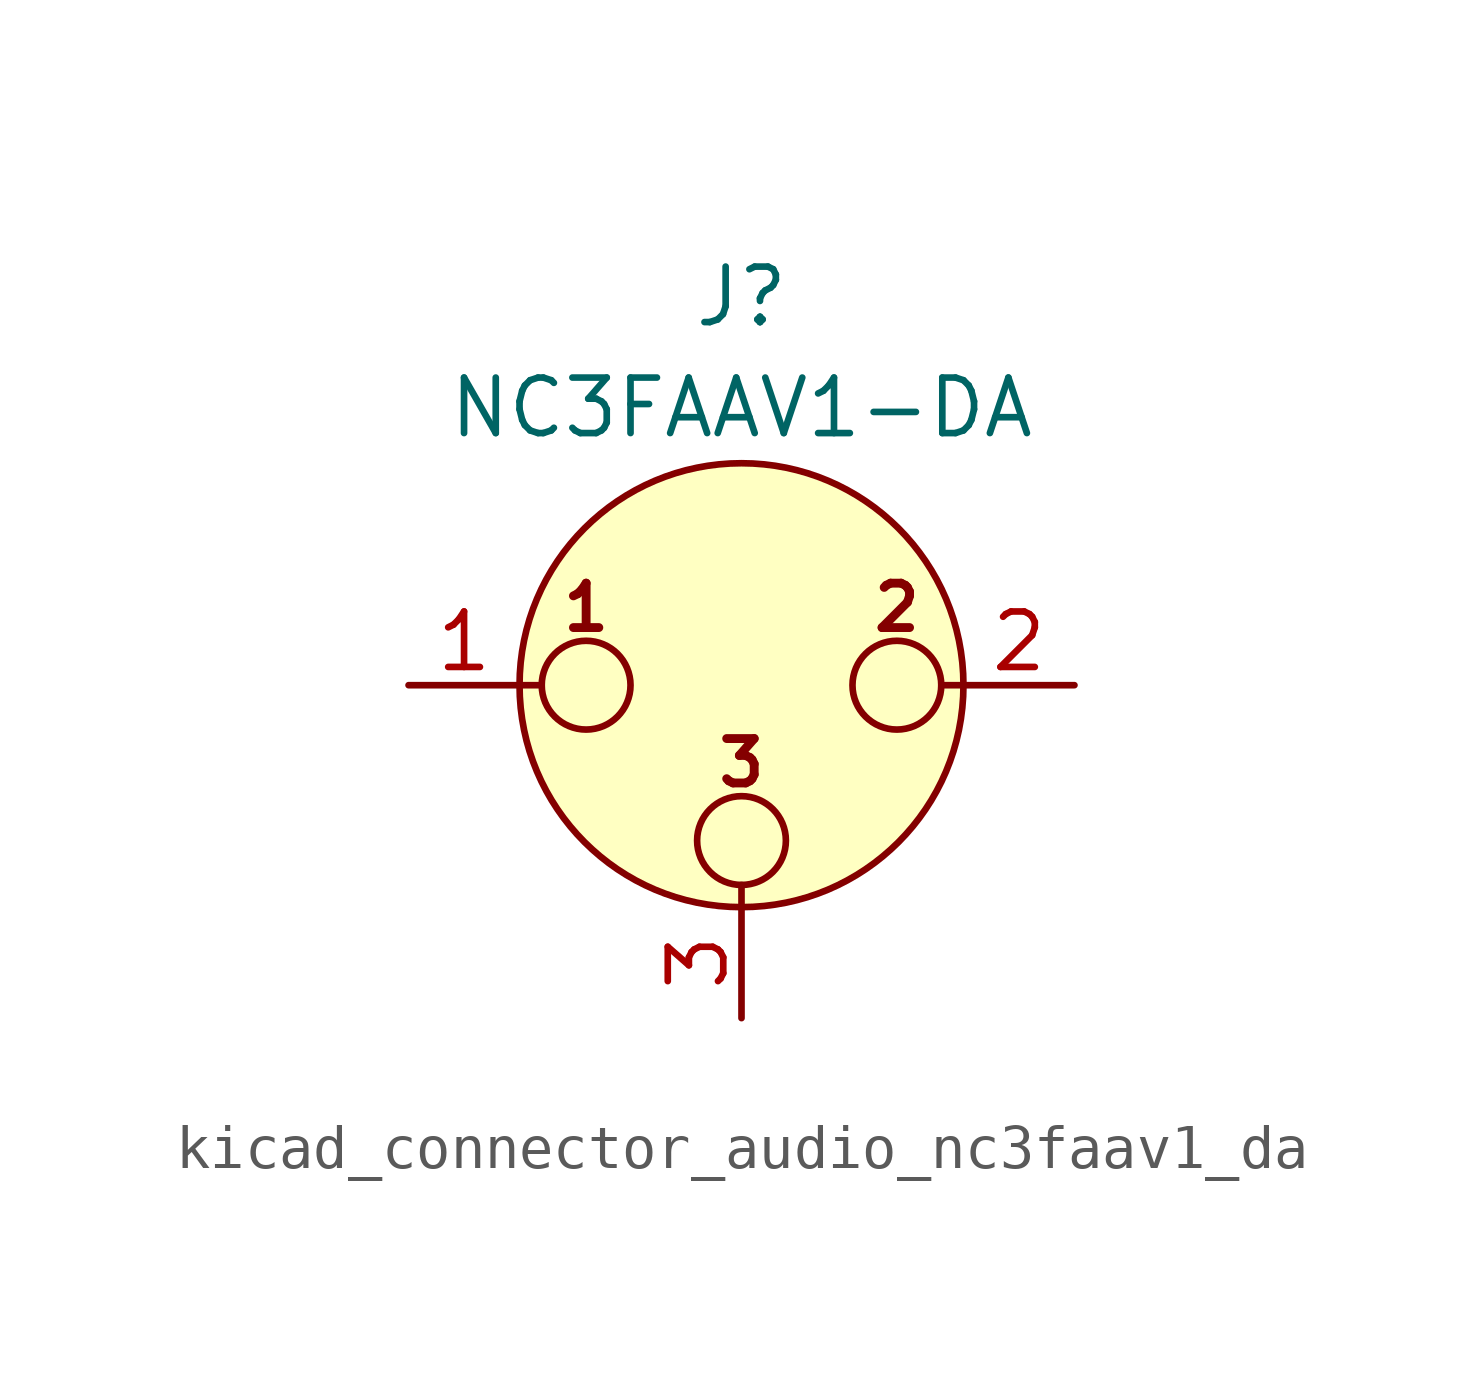
<source format=kicad_sym>
(kicad_symbol_lib
  (version 20220914)
  (generator kicad_symbol_editor)
  (symbol "kicad_connector_audio_nc3faav1_da"
    (pin_names hide)
    (property "Reference" "J"
      (at 0 8.89 0)
      (effects (font (size 1.27 1.27))))
    (property "Value" "NC3FAAV1-DA"
      (at 0 6.35 0)
      (effects (font (size 1.27 1.27))))
    (symbol "kicad_connector_audio_nc3faav1_da_0_1"
      (circle (center -3.556 0) (radius 1.016) (stroke (width 0) (type default)) (fill (type none)))
      (circle (center 0 -3.556) (radius 1.016) (stroke (width 0) (type default)) (fill (type none)))
      (polyline (pts (xy -5.08 0) (xy -4.572 0)) (stroke (width 0) (type default)) (fill (type none)))
      (polyline (pts (xy 0 -5.08) (xy 0 -4.572)) (stroke (width 0) (type default)) (fill (type none)))
      (polyline (pts (xy 5.08 0) (xy 4.572 0)) (stroke (width 0) (type default)) (fill (type none)))
      (circle (center 0 0) (radius 5.08) (stroke (width 0) (type default)) (fill (type background)))
      (circle (center 3.556 0) (radius 1.016) (stroke (width 0) (type default)) (fill (type none)))
      (text "1" (at -3.556 1.778 0) (effects (font (size 1.016 1.016) bold)))
      (text "2" (at 3.556 1.778 0) (effects (font (size 1.016 1.016) bold)))
      (text "3" (at 0 -1.778 0) (effects (font (size 1.016 1.016) bold)))
      (pin passive line (at -7.62 0 0) (length 2.54) (name "~" (effects (font (size 1.27 1.27)))) (number "1" (effects (font (size 1.27 1.27)))))
      (pin passive line (at 7.62 0 180) (length 2.54) (name "~" (effects (font (size 1.27 1.27)))) (number "2" (effects (font (size 1.27 1.27)))))
      (pin passive line (at 0 -7.62 90) (length 2.54) (name "~" (effects (font (size 1.27 1.27)))) (number "3" (effects (font (size 1.27 1.27))))))))
</source>
